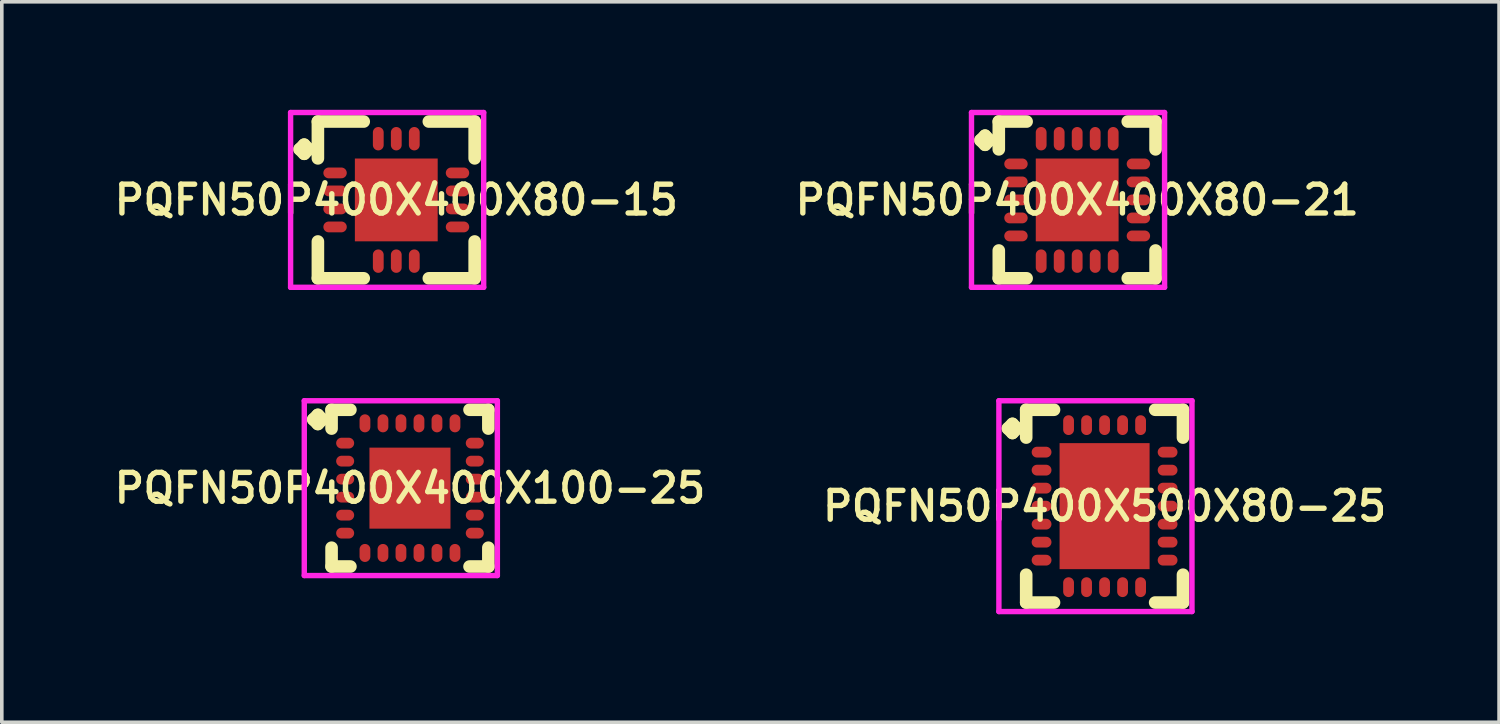
<source format=kicad_pcb>
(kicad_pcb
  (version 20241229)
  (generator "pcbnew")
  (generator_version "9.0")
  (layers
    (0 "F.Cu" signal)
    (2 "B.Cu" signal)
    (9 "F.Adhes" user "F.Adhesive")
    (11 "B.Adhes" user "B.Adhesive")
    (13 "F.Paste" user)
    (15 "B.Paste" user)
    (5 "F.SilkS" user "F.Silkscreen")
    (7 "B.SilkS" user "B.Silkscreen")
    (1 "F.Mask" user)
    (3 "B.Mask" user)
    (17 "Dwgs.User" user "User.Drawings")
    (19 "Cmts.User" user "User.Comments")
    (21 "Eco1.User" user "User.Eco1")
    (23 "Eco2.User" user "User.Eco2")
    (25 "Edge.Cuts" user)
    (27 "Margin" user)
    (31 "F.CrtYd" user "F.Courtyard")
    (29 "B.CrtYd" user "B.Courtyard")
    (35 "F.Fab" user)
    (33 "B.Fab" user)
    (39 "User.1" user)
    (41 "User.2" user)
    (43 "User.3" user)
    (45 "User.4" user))
  (footprint "PQFN50P400X400X80-21"
    (layer "F.Cu")
    (at 26.864 2.502)
    (property "Reference" "PQFN50P400X400X80-21" (at 0 0 0) (layer "F.SilkS") (effects (font (size 0.8 0.8) (thickness 0.15))))
    (attr smd)
    (fp_line (start -2.685 -1.658) (end -2.558 -1.785) (stroke (width 0.35) (type solid)) (layer "F.SilkS"))
    (fp_line (start -2.558 -1.785) (end -2.431 -1.658) (stroke (width 0.35) (type solid)) (layer "F.SilkS"))
    (fp_line (start -2.558 -1.531) (end -2.685 -1.658) (stroke (width 0.35) (type solid)) (layer "F.SilkS"))
    (fp_line (start -2.431 -1.658) (end -2.558 -1.531) (stroke (width 0.35) (type solid)) (layer "F.SilkS"))
    (fp_line (start -2.177 -2.177) (end -1.404 -2.177) (stroke (width 0.35) (type solid)) (layer "F.SilkS"))
    (fp_line (start -2.177 -1.404) (end -2.177 -2.177) (stroke (width 0.35) (type solid)) (layer "F.SilkS"))
    (fp_line (start -2.177 1.404) (end -2.177 2.177) (stroke (width 0.35) (type solid)) (layer "F.SilkS"))
    (fp_line (start -2.177 2.177) (end -1.404 2.177) (stroke (width 0.35) (type solid)) (layer "F.SilkS"))
    (fp_line (start 1.404 -2.177) (end 2.177 -2.177) (stroke (width 0.35) (type solid)) (layer "F.SilkS"))
    (fp_line (start 1.404 2.177) (end 2.177 2.177) (stroke (width 0.35) (type solid)) (layer "F.SilkS"))
    (fp_line (start 2.177 -2.177) (end 2.177 -1.404) (stroke (width 0.35) (type solid)) (layer "F.SilkS"))
    (fp_line (start 2.177 2.177) (end 2.177 1.404) (stroke (width 0.35) (type solid)) (layer "F.SilkS"))
    (fp_line (start -2.935 -2.427) (end 2.427 -2.427) (stroke (width 0.15) (type solid)) (layer "F.CrtYd"))
    (fp_line (start -2.935 2.427) (end -2.935 -2.427) (stroke (width 0.15) (type solid)) (layer "F.CrtYd"))
    (fp_line (start 2.427 -2.427) (end 2.427 2.427) (stroke (width 0.15) (type solid)) (layer "F.CrtYd"))
    (fp_line (start 2.427 2.427) (end -2.935 2.427) (stroke (width 0.15) (type solid)) (layer "F.CrtYd"))
    (pad "1" smd oval (at -1.7 -1) (size 0.65 0.3) (layers "F.Cu" "F.Mask" "F.Paste"))
    (pad "2" smd oval (at -1.7 -0.5) (size 0.65 0.3) (layers "F.Cu" "F.Mask" "F.Paste"))
    (pad "3" smd oval (at -1.7 0) (size 0.65 0.3) (layers "F.Cu" "F.Mask" "F.Paste"))
    (pad "4" smd oval (at -1.7 0.5) (size 0.65 0.3) (layers "F.Cu" "F.Mask" "F.Paste"))
    (pad "5" smd oval (at -1.7 1) (size 0.65 0.3) (layers "F.Cu" "F.Mask" "F.Paste"))
    (pad "6" smd oval (at -1 1.7) (size 0.3 0.65) (layers "F.Cu" "F.Mask" "F.Paste"))
    (pad "7" smd oval (at -0.5 1.7) (size 0.3 0.65) (layers "F.Cu" "F.Mask" "F.Paste"))
    (pad "8" smd oval (at 0 1.7) (size 0.3 0.65) (layers "F.Cu" "F.Mask" "F.Paste"))
    (pad "9" smd oval (at 0.5 1.7) (size 0.3 0.65) (layers "F.Cu" "F.Mask" "F.Paste"))
    (pad "10" smd oval (at 1 1.7) (size 0.3 0.65) (layers "F.Cu" "F.Mask" "F.Paste"))
    (pad "11" smd oval (at 1.7 1) (size 0.65 0.3) (layers "F.Cu" "F.Mask" "F.Paste"))
    (pad "12" smd oval (at 1.7 0.5) (size 0.65 0.3) (layers "F.Cu" "F.Mask" "F.Paste"))
    (pad "13" smd oval (at 1.7 0) (size 0.65 0.3) (layers "F.Cu" "F.Mask" "F.Paste"))
    (pad "14" smd oval (at 1.7 -0.5) (size 0.65 0.3) (layers "F.Cu" "F.Mask" "F.Paste"))
    (pad "15" smd oval (at 1.7 -1) (size 0.65 0.3) (layers "F.Cu" "F.Mask" "F.Paste"))
    (pad "16" smd oval (at 1 -1.7) (size 0.3 0.65) (layers "F.Cu" "F.Mask" "F.Paste"))
    (pad "17" smd oval (at 0.5 -1.7) (size 0.3 0.65) (layers "F.Cu" "F.Mask" "F.Paste"))
    (pad "18" smd oval (at 0 -1.7) (size 0.3 0.65) (layers "F.Cu" "F.Mask" "F.Paste"))
    (pad "19" smd oval (at -0.5 -1.7) (size 0.3 0.65) (layers "F.Cu" "F.Mask" "F.Paste"))
    (pad "20" smd oval (at -1 -1.7) (size 0.3 0.65) (layers "F.Cu" "F.Mask" "F.Paste"))
    (pad "21" smd rect (at 0 0) (size 2.3 2.3) (layers "F.Cu" "F.Mask" "F.Paste")))
  (footprint "PQFN50P400X500X80-25"
    (layer "F.Cu")
    (at 27.625 11.006)
    (property "Reference" "PQFN50P400X500X80-25" (at 0 0 0) (layer "F.SilkS") (effects (font (size 0.8 0.8) (thickness 0.15))))
    (attr smd)
    (fp_line (start -2.685 -2.158) (end -2.558 -2.285) (stroke (width 0.35) (type solid)) (layer "F.SilkS"))
    (fp_line (start -2.558 -2.285) (end -2.431 -2.158) (stroke (width 0.35) (type solid)) (layer "F.SilkS"))
    (fp_line (start -2.558 -2.031) (end -2.685 -2.158) (stroke (width 0.35) (type solid)) (layer "F.SilkS"))
    (fp_line (start -2.431 -2.158) (end -2.558 -2.031) (stroke (width 0.35) (type solid)) (layer "F.SilkS"))
    (fp_line (start -2.177 -2.677) (end -1.404 -2.677) (stroke (width 0.35) (type solid)) (layer "F.SilkS"))
    (fp_line (start -2.177 -1.904) (end -2.177 -2.677) (stroke (width 0.35) (type solid)) (layer "F.SilkS"))
    (fp_line (start -2.177 1.904) (end -2.177 2.677) (stroke (width 0.35) (type solid)) (layer "F.SilkS"))
    (fp_line (start -2.177 2.677) (end -1.404 2.677) (stroke (width 0.35) (type solid)) (layer "F.SilkS"))
    (fp_line (start 1.404 -2.677) (end 2.177 -2.677) (stroke (width 0.35) (type solid)) (layer "F.SilkS"))
    (fp_line (start 1.404 2.677) (end 2.177 2.677) (stroke (width 0.35) (type solid)) (layer "F.SilkS"))
    (fp_line (start 2.177 -2.677) (end 2.177 -1.904) (stroke (width 0.35) (type solid)) (layer "F.SilkS"))
    (fp_line (start 2.177 2.677) (end 2.177 1.904) (stroke (width 0.35) (type solid)) (layer "F.SilkS"))
    (fp_line (start -2.935 -2.927) (end 2.427 -2.927) (stroke (width 0.15) (type solid)) (layer "F.CrtYd"))
    (fp_line (start -2.935 2.927) (end -2.935 -2.927) (stroke (width 0.15) (type solid)) (layer "F.CrtYd"))
    (fp_line (start 2.427 -2.927) (end 2.427 2.927) (stroke (width 0.15) (type solid)) (layer "F.CrtYd"))
    (fp_line (start 2.427 2.927) (end -2.935 2.927) (stroke (width 0.15) (type solid)) (layer "F.CrtYd"))
    (pad "1" smd oval (at -1.75 -1.5) (size 0.55 0.3) (layers "F.Cu" "F.Mask" "F.Paste"))
    (pad "2" smd oval (at -1.75 -1) (size 0.55 0.3) (layers "F.Cu" "F.Mask" "F.Paste"))
    (pad "3" smd oval (at -1.75 -0.5) (size 0.55 0.3) (layers "F.Cu" "F.Mask" "F.Paste"))
    (pad "4" smd oval (at -1.75 0) (size 0.55 0.3) (layers "F.Cu" "F.Mask" "F.Paste"))
    (pad "5" smd oval (at -1.75 0.5) (size 0.55 0.3) (layers "F.Cu" "F.Mask" "F.Paste"))
    (pad "6" smd oval (at -1.75 1) (size 0.55 0.3) (layers "F.Cu" "F.Mask" "F.Paste"))
    (pad "7" smd oval (at -1.75 1.5) (size 0.55 0.3) (layers "F.Cu" "F.Mask" "F.Paste"))
    (pad "8" smd oval (at -1 2.25) (size 0.3 0.55) (layers "F.Cu" "F.Mask" "F.Paste"))
    (pad "9" smd oval (at -0.5 2.25) (size 0.3 0.55) (layers "F.Cu" "F.Mask" "F.Paste"))
    (pad "10" smd oval (at 0 2.25) (size 0.3 0.55) (layers "F.Cu" "F.Mask" "F.Paste"))
    (pad "11" smd oval (at 0.5 2.25) (size 0.3 0.55) (layers "F.Cu" "F.Mask" "F.Paste"))
    (pad "12" smd oval (at 1 2.25) (size 0.3 0.55) (layers "F.Cu" "F.Mask" "F.Paste"))
    (pad "13" smd oval (at 1.75 1.5) (size 0.55 0.3) (layers "F.Cu" "F.Mask" "F.Paste"))
    (pad "14" smd oval (at 1.75 1) (size 0.55 0.3) (layers "F.Cu" "F.Mask" "F.Paste"))
    (pad "15" smd oval (at 1.75 0.5) (size 0.55 0.3) (layers "F.Cu" "F.Mask" "F.Paste"))
    (pad "16" smd oval (at 1.75 0) (size 0.55 0.3) (layers "F.Cu" "F.Mask" "F.Paste"))
    (pad "17" smd oval (at 1.75 -0.5) (size 0.55 0.3) (layers "F.Cu" "F.Mask" "F.Paste"))
    (pad "18" smd oval (at 1.75 -1) (size 0.55 0.3) (layers "F.Cu" "F.Mask" "F.Paste"))
    (pad "19" smd oval (at 1.75 -1.5) (size 0.55 0.3) (layers "F.Cu" "F.Mask" "F.Paste"))
    (pad "20" smd oval (at 1 -2.25) (size 0.3 0.55) (layers "F.Cu" "F.Mask" "F.Paste"))
    (pad "21" smd oval (at 0.5 -2.25) (size 0.3 0.55) (layers "F.Cu" "F.Mask" "F.Paste"))
    (pad "22" smd oval (at 0 -2.25) (size 0.3 0.55) (layers "F.Cu" "F.Mask" "F.Paste"))
    (pad "23" smd oval (at -0.5 -2.25) (size 0.3 0.55) (layers "F.Cu" "F.Mask" "F.Paste"))
    (pad "24" smd oval (at -1 -2.25) (size 0.3 0.55) (layers "F.Cu" "F.Mask" "F.Paste"))
    (pad "25" smd rect (at 0 0) (size 2.5 3.5) (layers "F.Cu" "F.Mask" "F.Paste")))
  (footprint "PQFN50P400X400X100-25"
    (layer "F.Cu")
    (at 8.335 10.506)
    (property "Reference" "PQFN50P400X400X100-25" (at 0 0 0) (layer "F.SilkS") (effects (font (size 0.8 0.8) (thickness 0.15))))
    (attr smd)
    (fp_line (start -2.685 -1.908) (end -2.558 -2.035) (stroke (width 0.35) (type solid)) (layer "F.SilkS"))
    (fp_line (start -2.558 -2.035) (end -2.431 -1.908) (stroke (width 0.35) (type solid)) (layer "F.SilkS"))
    (fp_line (start -2.558 -1.781) (end -2.685 -1.908) (stroke (width 0.35) (type solid)) (layer "F.SilkS"))
    (fp_line (start -2.431 -1.908) (end -2.558 -1.781) (stroke (width 0.35) (type solid)) (layer "F.SilkS"))
    (fp_line (start -2.177 -2.177) (end -1.654 -2.177) (stroke (width 0.35) (type solid)) (layer "F.SilkS"))
    (fp_line (start -2.177 -1.654) (end -2.177 -2.177) (stroke (width 0.35) (type solid)) (layer "F.SilkS"))
    (fp_line (start -2.177 1.654) (end -2.177 2.177) (stroke (width 0.35) (type solid)) (layer "F.SilkS"))
    (fp_line (start -2.177 2.177) (end -1.654 2.177) (stroke (width 0.35) (type solid)) (layer "F.SilkS"))
    (fp_line (start 1.654 -2.177) (end 2.177 -2.177) (stroke (width 0.35) (type solid)) (layer "F.SilkS"))
    (fp_line (start 1.654 2.177) (end 2.177 2.177) (stroke (width 0.35) (type solid)) (layer "F.SilkS"))
    (fp_line (start 2.177 -2.177) (end 2.177 -1.654) (stroke (width 0.35) (type solid)) (layer "F.SilkS"))
    (fp_line (start 2.177 2.177) (end 2.177 1.654) (stroke (width 0.35) (type solid)) (layer "F.SilkS"))
    (fp_line (start -2.935 -2.427) (end 2.427 -2.427) (stroke (width 0.15) (type solid)) (layer "F.CrtYd"))
    (fp_line (start -2.935 2.427) (end -2.935 -2.427) (stroke (width 0.15) (type solid)) (layer "F.CrtYd"))
    (fp_line (start 2.427 -2.427) (end 2.427 2.427) (stroke (width 0.15) (type solid)) (layer "F.CrtYd"))
    (fp_line (start 2.427 2.427) (end -2.935 2.427) (stroke (width 0.15) (type solid)) (layer "F.CrtYd"))
    (pad "1" smd oval (at -1.8 -1.25) (size 0.5 0.3) (layers "F.Cu" "F.Mask" "F.Paste"))
    (pad "2" smd oval (at -1.8 -0.75) (size 0.5 0.3) (layers "F.Cu" "F.Mask" "F.Paste"))
    (pad "3" smd oval (at -1.8 -0.25) (size 0.5 0.3) (layers "F.Cu" "F.Mask" "F.Paste"))
    (pad "4" smd oval (at -1.8 0.25) (size 0.5 0.3) (layers "F.Cu" "F.Mask" "F.Paste"))
    (pad "5" smd oval (at -1.8 0.75) (size 0.5 0.3) (layers "F.Cu" "F.Mask" "F.Paste"))
    (pad "6" smd oval (at -1.8 1.25) (size 0.5 0.3) (layers "F.Cu" "F.Mask" "F.Paste"))
    (pad "7" smd oval (at -1.25 1.8) (size 0.3 0.5) (layers "F.Cu" "F.Mask" "F.Paste"))
    (pad "8" smd oval (at -0.75 1.8) (size 0.3 0.5) (layers "F.Cu" "F.Mask" "F.Paste"))
    (pad "9" smd oval (at -0.25 1.8) (size 0.3 0.5) (layers "F.Cu" "F.Mask" "F.Paste"))
    (pad "10" smd oval (at 0.25 1.8) (size 0.3 0.5) (layers "F.Cu" "F.Mask" "F.Paste"))
    (pad "11" smd oval (at 0.75 1.8) (size 0.3 0.5) (layers "F.Cu" "F.Mask" "F.Paste"))
    (pad "12" smd oval (at 1.25 1.8) (size 0.3 0.5) (layers "F.Cu" "F.Mask" "F.Paste"))
    (pad "13" smd oval (at 1.8 1.25) (size 0.5 0.3) (layers "F.Cu" "F.Mask" "F.Paste"))
    (pad "14" smd oval (at 1.8 0.75) (size 0.5 0.3) (layers "F.Cu" "F.Mask" "F.Paste"))
    (pad "15" smd oval (at 1.8 0.25) (size 0.5 0.3) (layers "F.Cu" "F.Mask" "F.Paste"))
    (pad "16" smd oval (at 1.8 -0.25) (size 0.5 0.3) (layers "F.Cu" "F.Mask" "F.Paste"))
    (pad "17" smd oval (at 1.8 -0.75) (size 0.5 0.3) (layers "F.Cu" "F.Mask" "F.Paste"))
    (pad "18" smd oval (at 1.8 -1.25) (size 0.5 0.3) (layers "F.Cu" "F.Mask" "F.Paste"))
    (pad "19" smd oval (at 1.25 -1.8) (size 0.3 0.5) (layers "F.Cu" "F.Mask" "F.Paste"))
    (pad "20" smd oval (at 0.75 -1.8) (size 0.3 0.5) (layers "F.Cu" "F.Mask" "F.Paste"))
    (pad "21" smd oval (at 0.25 -1.8) (size 0.3 0.5) (layers "F.Cu" "F.Mask" "F.Paste"))
    (pad "22" smd oval (at -0.25 -1.8) (size 0.3 0.5) (layers "F.Cu" "F.Mask" "F.Paste"))
    (pad "23" smd oval (at -0.75 -1.8) (size 0.3 0.5) (layers "F.Cu" "F.Mask" "F.Paste"))
    (pad "24" smd oval (at -1.25 -1.8) (size 0.3 0.5) (layers "F.Cu" "F.Mask" "F.Paste"))
    (pad "25" smd rect (at 0 0) (size 2.25 2.25) (layers "F.Cu" "F.Mask" "F.Paste")))
  (footprint "PQFN50P400X400X80-15"
    (layer "F.Cu")
    (at 7.955 2.502)
    (property "Reference" "PQFN50P400X400X80-15" (at 0 0 0) (layer "F.SilkS") (effects (font (size 0.8 0.8) (thickness 0.15))))
    (attr smd)
    (fp_line (start -2.685 -1.408) (end -2.558 -1.535) (stroke (width 0.35) (type solid)) (layer "F.SilkS"))
    (fp_line (start -2.558 -1.535) (end -2.431 -1.408) (stroke (width 0.35) (type solid)) (layer "F.SilkS"))
    (fp_line (start -2.558 -1.281) (end -2.685 -1.408) (stroke (width 0.35) (type solid)) (layer "F.SilkS"))
    (fp_line (start -2.431 -1.408) (end -2.558 -1.281) (stroke (width 0.35) (type solid)) (layer "F.SilkS"))
    (fp_line (start -2.177 -2.177) (end -0.904 -2.177) (stroke (width 0.35) (type solid)) (layer "F.SilkS"))
    (fp_line (start -2.177 -1.154) (end -2.177 -2.177) (stroke (width 0.35) (type solid)) (layer "F.SilkS"))
    (fp_line (start -2.177 1.154) (end -2.177 2.177) (stroke (width 0.35) (type solid)) (layer "F.SilkS"))
    (fp_line (start -2.177 2.177) (end -0.904 2.177) (stroke (width 0.35) (type solid)) (layer "F.SilkS"))
    (fp_line (start 0.904 -2.177) (end 2.177 -2.177) (stroke (width 0.35) (type solid)) (layer "F.SilkS"))
    (fp_line (start 0.904 2.177) (end 2.177 2.177) (stroke (width 0.35) (type solid)) (layer "F.SilkS"))
    (fp_line (start 2.177 -2.177) (end 2.177 -1.154) (stroke (width 0.35) (type solid)) (layer "F.SilkS"))
    (fp_line (start 2.177 2.177) (end 2.177 1.154) (stroke (width 0.35) (type solid)) (layer "F.SilkS"))
    (fp_line (start -2.935 -2.427) (end 2.427 -2.427) (stroke (width 0.15) (type solid)) (layer "F.CrtYd"))
    (fp_line (start -2.935 2.427) (end -2.935 -2.427) (stroke (width 0.15) (type solid)) (layer "F.CrtYd"))
    (fp_line (start 2.427 -2.427) (end 2.427 2.427) (stroke (width 0.15) (type solid)) (layer "F.CrtYd"))
    (fp_line (start 2.427 2.427) (end -2.935 2.427) (stroke (width 0.15) (type solid)) (layer "F.CrtYd"))
    (pad "1" smd oval (at -1.7 -0.75) (size 0.65 0.3) (layers "F.Cu" "F.Mask" "F.Paste"))
    (pad "2" smd oval (at -1.7 -0.25) (size 0.65 0.3) (layers "F.Cu" "F.Mask" "F.Paste"))
    (pad "3" smd oval (at -1.7 0.25) (size 0.65 0.3) (layers "F.Cu" "F.Mask" "F.Paste"))
    (pad "4" smd oval (at -1.7 0.75) (size 0.65 0.3) (layers "F.Cu" "F.Mask" "F.Paste"))
    (pad "5" smd oval (at -0.5 1.7) (size 0.3 0.65) (layers "F.Cu" "F.Mask" "F.Paste"))
    (pad "6" smd oval (at 0 1.7) (size 0.3 0.65) (layers "F.Cu" "F.Mask" "F.Paste"))
    (pad "7" smd oval (at 0.5 1.7) (size 0.3 0.65) (layers "F.Cu" "F.Mask" "F.Paste"))
    (pad "8" smd oval (at 1.7 0.75) (size 0.65 0.3) (layers "F.Cu" "F.Mask" "F.Paste"))
    (pad "9" smd oval (at 1.7 0.25) (size 0.65 0.3) (layers "F.Cu" "F.Mask" "F.Paste"))
    (pad "10" smd oval (at 1.7 -0.25) (size 0.65 0.3) (layers "F.Cu" "F.Mask" "F.Paste"))
    (pad "11" smd oval (at 1.7 -0.75) (size 0.65 0.3) (layers "F.Cu" "F.Mask" "F.Paste"))
    (pad "12" smd oval (at 0.5 -1.7) (size 0.3 0.65) (layers "F.Cu" "F.Mask" "F.Paste"))
    (pad "13" smd oval (at 0 -1.7) (size 0.3 0.65) (layers "F.Cu" "F.Mask" "F.Paste"))
    (pad "14" smd oval (at -0.5 -1.7) (size 0.3 0.65) (layers "F.Cu" "F.Mask" "F.Paste"))
    (pad "15" smd rect (at 0 0) (size 2.3 2.3) (layers "F.Cu" "F.Mask" "F.Paste")))
  (gr_rect
    (start -3 -3)
    (end 38.58 17.008)
    (stroke (width 0.1) (type default))
    (fill no)
    (layer "Edge.Cuts")))
</source>
